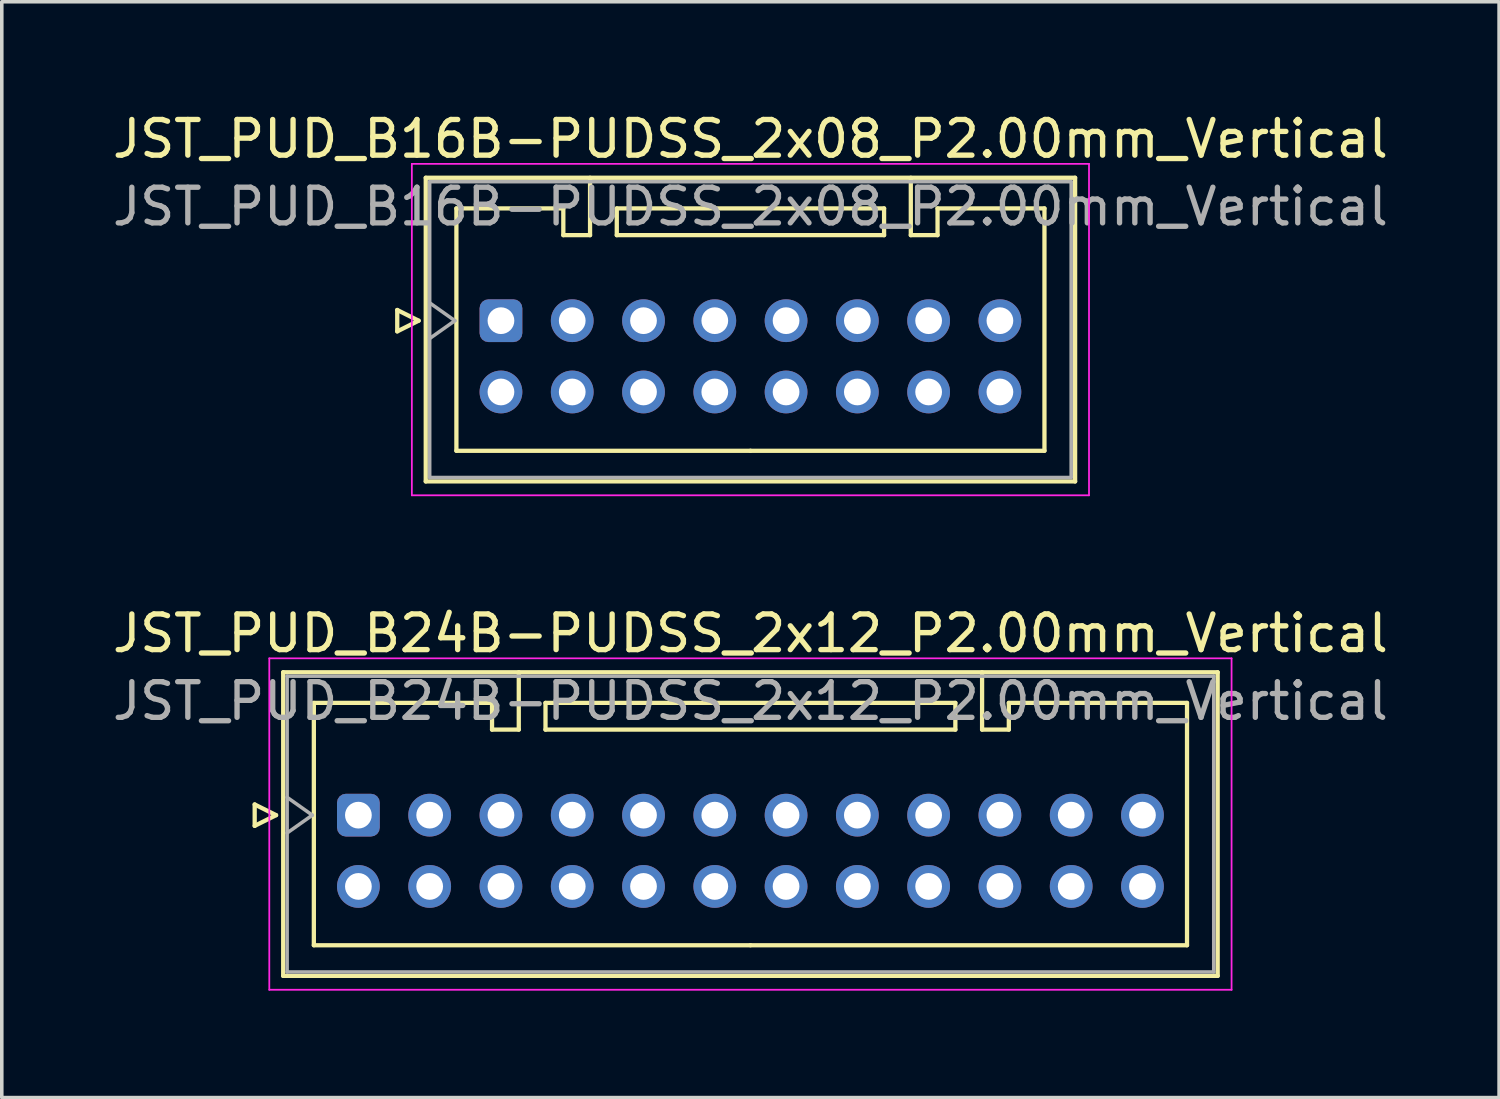
<source format=kicad_pcb>
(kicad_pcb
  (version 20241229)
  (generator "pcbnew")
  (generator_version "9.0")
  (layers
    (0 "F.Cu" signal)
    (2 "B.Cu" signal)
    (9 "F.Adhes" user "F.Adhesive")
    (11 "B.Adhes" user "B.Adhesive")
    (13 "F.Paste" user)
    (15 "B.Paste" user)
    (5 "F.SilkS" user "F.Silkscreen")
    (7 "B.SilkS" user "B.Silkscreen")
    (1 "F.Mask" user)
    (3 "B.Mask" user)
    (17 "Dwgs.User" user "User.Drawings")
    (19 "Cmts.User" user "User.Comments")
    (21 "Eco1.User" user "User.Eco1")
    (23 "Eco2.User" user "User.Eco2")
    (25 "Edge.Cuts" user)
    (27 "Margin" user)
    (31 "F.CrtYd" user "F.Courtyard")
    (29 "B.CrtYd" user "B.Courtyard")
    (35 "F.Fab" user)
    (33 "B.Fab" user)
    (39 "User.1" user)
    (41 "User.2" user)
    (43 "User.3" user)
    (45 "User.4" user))
  (footprint "JST_PUD_B24B-PUDSS_2x12_P2.00mm_Vertical"
    (layer "F.Cu")
    (at 7.006 19.822)
    (property "Reference" "JST_PUD_B24B-PUDSS_2x12_P2.00mm_Vertical" (at 11 -5.1 0) (layer "F.SilkS") (effects (font (size 1 1) (thickness 0.15))))
    (attr through_hole)
    (fp_line (start -2.91 -0.3) (end -2.31 0) (stroke (width 0.12) (type solid)) (layer "F.SilkS"))
    (fp_line (start -2.91 0.3) (end -2.91 -0.3) (stroke (width 0.12) (type solid)) (layer "F.SilkS"))
    (fp_line (start -2.31 0) (end -2.91 0.3) (stroke (width 0.12) (type solid)) (layer "F.SilkS"))
    (fp_line (start -2.11 -4.01) (end -2.11 4.51) (stroke (width 0.12) (type solid)) (layer "F.SilkS"))
    (fp_line (start -2.11 4.51) (end 24.11 4.51) (stroke (width 0.12) (type solid)) (layer "F.SilkS"))
    (fp_line (start -1.25 -3.15) (end -1.25 3.65) (stroke (width 0.12) (type solid)) (layer "F.SilkS"))
    (fp_line (start -1.25 3.65) (end 11 3.65) (stroke (width 0.12) (type solid)) (layer "F.SilkS"))
    (fp_line (start 3.75 -3.15) (end -1.25 -3.15) (stroke (width 0.12) (type solid)) (layer "F.SilkS"))
    (fp_line (start 3.75 -2.4) (end 3.75 -3.15) (stroke (width 0.12) (type solid)) (layer "F.SilkS"))
    (fp_line (start 4.5 -4.01) (end 4.5 -2.4) (stroke (width 0.12) (type solid)) (layer "F.SilkS"))
    (fp_line (start 4.5 -2.4) (end 3.75 -2.4) (stroke (width 0.12) (type solid)) (layer "F.SilkS"))
    (fp_line (start 5.25 -3.15) (end 5.25 -2.4) (stroke (width 0.12) (type solid)) (layer "F.SilkS"))
    (fp_line (start 5.25 -2.4) (end 16.75 -2.4) (stroke (width 0.12) (type solid)) (layer "F.SilkS"))
    (fp_line (start 16.75 -3.15) (end 5.25 -3.15) (stroke (width 0.12) (type solid)) (layer "F.SilkS"))
    (fp_line (start 16.75 -2.4) (end 16.75 -3.15) (stroke (width 0.12) (type solid)) (layer "F.SilkS"))
    (fp_line (start 17.5 -4.01) (end 17.5 -2.4) (stroke (width 0.12) (type solid)) (layer "F.SilkS"))
    (fp_line (start 17.5 -2.4) (end 18.25 -2.4) (stroke (width 0.12) (type solid)) (layer "F.SilkS"))
    (fp_line (start 18.25 -3.15) (end 23.25 -3.15) (stroke (width 0.12) (type solid)) (layer "F.SilkS"))
    (fp_line (start 18.25 -2.4) (end 18.25 -3.15) (stroke (width 0.12) (type solid)) (layer "F.SilkS"))
    (fp_line (start 23.25 -3.15) (end 23.25 3.65) (stroke (width 0.12) (type solid)) (layer "F.SilkS"))
    (fp_line (start 23.25 3.65) (end 11 3.65) (stroke (width 0.12) (type solid)) (layer "F.SilkS"))
    (fp_line (start 24.11 -4.01) (end -2.11 -4.01) (stroke (width 0.12) (type solid)) (layer "F.SilkS"))
    (fp_line (start 24.11 4.51) (end 24.11 -4.01) (stroke (width 0.12) (type solid)) (layer "F.SilkS"))
    (fp_line (start -2.5 -4.4) (end -2.5 4.9) (stroke (width 0.05) (type solid)) (layer "F.CrtYd"))
    (fp_line (start -2.5 4.9) (end 24.5 4.9) (stroke (width 0.05) (type solid)) (layer "F.CrtYd"))
    (fp_line (start 24.5 -4.4) (end -2.5 -4.4) (stroke (width 0.05) (type solid)) (layer "F.CrtYd"))
    (fp_line (start 24.5 4.9) (end 24.5 -4.4) (stroke (width 0.05) (type solid)) (layer "F.CrtYd"))
    (fp_line (start -2 -3.9) (end -2 4.4) (stroke (width 0.1) (type solid)) (layer "F.Fab"))
    (fp_line (start -2 0.5) (end -1.293 0) (stroke (width 0.1) (type solid)) (layer "F.Fab"))
    (fp_line (start -2 4.4) (end 24 4.4) (stroke (width 0.1) (type solid)) (layer "F.Fab"))
    (fp_line (start -1.293 0) (end -2 -0.5) (stroke (width 0.1) (type solid)) (layer "F.Fab"))
    (fp_line (start 24 -3.9) (end -2 -3.9) (stroke (width 0.1) (type solid)) (layer "F.Fab"))
    (fp_line (start 24 4.4) (end 24 -3.9) (stroke (width 0.1) (type solid)) (layer "F.Fab"))
    (fp_text user "${REFERENCE}" (at 11 -3.2 0) (layer "F.Fab") (effects (font (size 1 1) (thickness 0.15))))
    (pad "1" thru_hole roundrect (at 0 0) (size 1.2 1.2) (drill 0.75) (layers "*.Cu" "*.Mask") (roundrect_rratio 0.208))
    (pad "2" thru_hole circle (at 0 2) (size 1.2 1.2) (drill 0.75) (layers "*.Cu" "*.Mask"))
    (pad "3" thru_hole circle (at 2 0) (size 1.2 1.2) (drill 0.75) (layers "*.Cu" "*.Mask"))
    (pad "4" thru_hole circle (at 2 2) (size 1.2 1.2) (drill 0.75) (layers "*.Cu" "*.Mask"))
    (pad "5" thru_hole circle (at 4 0) (size 1.2 1.2) (drill 0.75) (layers "*.Cu" "*.Mask"))
    (pad "6" thru_hole circle (at 4 2) (size 1.2 1.2) (drill 0.75) (layers "*.Cu" "*.Mask"))
    (pad "7" thru_hole circle (at 6 0) (size 1.2 1.2) (drill 0.75) (layers "*.Cu" "*.Mask"))
    (pad "8" thru_hole circle (at 6 2) (size 1.2 1.2) (drill 0.75) (layers "*.Cu" "*.Mask"))
    (pad "9" thru_hole circle (at 8 0) (size 1.2 1.2) (drill 0.75) (layers "*.Cu" "*.Mask"))
    (pad "10" thru_hole circle (at 8 2) (size 1.2 1.2) (drill 0.75) (layers "*.Cu" "*.Mask"))
    (pad "11" thru_hole circle (at 10 0) (size 1.2 1.2) (drill 0.75) (layers "*.Cu" "*.Mask"))
    (pad "12" thru_hole circle (at 10 2) (size 1.2 1.2) (drill 0.75) (layers "*.Cu" "*.Mask"))
    (pad "13" thru_hole circle (at 12 0) (size 1.2 1.2) (drill 0.75) (layers "*.Cu" "*.Mask"))
    (pad "14" thru_hole circle (at 12 2) (size 1.2 1.2) (drill 0.75) (layers "*.Cu" "*.Mask"))
    (pad "15" thru_hole circle (at 14 0) (size 1.2 1.2) (drill 0.75) (layers "*.Cu" "*.Mask"))
    (pad "16" thru_hole circle (at 14 2) (size 1.2 1.2) (drill 0.75) (layers "*.Cu" "*.Mask"))
    (pad "17" thru_hole circle (at 16 0) (size 1.2 1.2) (drill 0.75) (layers "*.Cu" "*.Mask"))
    (pad "18" thru_hole circle (at 16 2) (size 1.2 1.2) (drill 0.75) (layers "*.Cu" "*.Mask"))
    (pad "19" thru_hole circle (at 18 0) (size 1.2 1.2) (drill 0.75) (layers "*.Cu" "*.Mask"))
    (pad "20" thru_hole circle (at 18 2) (size 1.2 1.2) (drill 0.75) (layers "*.Cu" "*.Mask"))
    (pad "21" thru_hole circle (at 20 0) (size 1.2 1.2) (drill 0.75) (layers "*.Cu" "*.Mask"))
    (pad "22" thru_hole circle (at 20 2) (size 1.2 1.2) (drill 0.75) (layers "*.Cu" "*.Mask"))
    (pad "23" thru_hole circle (at 22 0) (size 1.2 1.2) (drill 0.75) (layers "*.Cu" "*.Mask"))
    (pad "24" thru_hole circle (at 22 2) (size 1.2 1.2) (drill 0.75) (layers "*.Cu" "*.Mask")))
  (footprint "JST_PUD_B16B-PUDSS_2x08_P2.00mm_Vertical"
    (layer "F.Cu")
    (at 11.006 5.948)
    (property "Reference" "JST_PUD_B16B-PUDSS_2x08_P2.00mm_Vertical" (at 7 -5.1 0) (layer "F.SilkS") (effects (font (size 1 1) (thickness 0.15))))
    (attr through_hole)
    (fp_line (start -2.91 -0.3) (end -2.31 0) (stroke (width 0.12) (type solid)) (layer "F.SilkS"))
    (fp_line (start -2.91 0.3) (end -2.91 -0.3) (stroke (width 0.12) (type solid)) (layer "F.SilkS"))
    (fp_line (start -2.31 0) (end -2.91 0.3) (stroke (width 0.12) (type solid)) (layer "F.SilkS"))
    (fp_line (start -2.11 -4.01) (end -2.11 4.51) (stroke (width 0.12) (type solid)) (layer "F.SilkS"))
    (fp_line (start -2.11 4.51) (end 16.11 4.51) (stroke (width 0.12) (type solid)) (layer "F.SilkS"))
    (fp_line (start -1.25 -3.15) (end -1.25 3.65) (stroke (width 0.12) (type solid)) (layer "F.SilkS"))
    (fp_line (start -1.25 3.65) (end 7 3.65) (stroke (width 0.12) (type solid)) (layer "F.SilkS"))
    (fp_line (start 1.75 -3.15) (end -1.25 -3.15) (stroke (width 0.12) (type solid)) (layer "F.SilkS"))
    (fp_line (start 1.75 -2.4) (end 1.75 -3.15) (stroke (width 0.12) (type solid)) (layer "F.SilkS"))
    (fp_line (start 2.5 -4.01) (end 2.5 -2.4) (stroke (width 0.12) (type solid)) (layer "F.SilkS"))
    (fp_line (start 2.5 -2.4) (end 1.75 -2.4) (stroke (width 0.12) (type solid)) (layer "F.SilkS"))
    (fp_line (start 3.25 -3.15) (end 3.25 -2.4) (stroke (width 0.12) (type solid)) (layer "F.SilkS"))
    (fp_line (start 3.25 -2.4) (end 10.75 -2.4) (stroke (width 0.12) (type solid)) (layer "F.SilkS"))
    (fp_line (start 10.75 -3.15) (end 3.25 -3.15) (stroke (width 0.12) (type solid)) (layer "F.SilkS"))
    (fp_line (start 10.75 -2.4) (end 10.75 -3.15) (stroke (width 0.12) (type solid)) (layer "F.SilkS"))
    (fp_line (start 11.5 -4.01) (end 11.5 -2.4) (stroke (width 0.12) (type solid)) (layer "F.SilkS"))
    (fp_line (start 11.5 -2.4) (end 12.25 -2.4) (stroke (width 0.12) (type solid)) (layer "F.SilkS"))
    (fp_line (start 12.25 -3.15) (end 15.25 -3.15) (stroke (width 0.12) (type solid)) (layer "F.SilkS"))
    (fp_line (start 12.25 -2.4) (end 12.25 -3.15) (stroke (width 0.12) (type solid)) (layer "F.SilkS"))
    (fp_line (start 15.25 -3.15) (end 15.25 3.65) (stroke (width 0.12) (type solid)) (layer "F.SilkS"))
    (fp_line (start 15.25 3.65) (end 7 3.65) (stroke (width 0.12) (type solid)) (layer "F.SilkS"))
    (fp_line (start 16.11 -4.01) (end -2.11 -4.01) (stroke (width 0.12) (type solid)) (layer "F.SilkS"))
    (fp_line (start 16.11 4.51) (end 16.11 -4.01) (stroke (width 0.12) (type solid)) (layer "F.SilkS"))
    (fp_line (start -2.5 -4.4) (end -2.5 4.9) (stroke (width 0.05) (type solid)) (layer "F.CrtYd"))
    (fp_line (start -2.5 4.9) (end 16.5 4.9) (stroke (width 0.05) (type solid)) (layer "F.CrtYd"))
    (fp_line (start 16.5 -4.4) (end -2.5 -4.4) (stroke (width 0.05) (type solid)) (layer "F.CrtYd"))
    (fp_line (start 16.5 4.9) (end 16.5 -4.4) (stroke (width 0.05) (type solid)) (layer "F.CrtYd"))
    (fp_line (start -2 -3.9) (end -2 4.4) (stroke (width 0.1) (type solid)) (layer "F.Fab"))
    (fp_line (start -2 0.5) (end -1.293 0) (stroke (width 0.1) (type solid)) (layer "F.Fab"))
    (fp_line (start -2 4.4) (end 16 4.4) (stroke (width 0.1) (type solid)) (layer "F.Fab"))
    (fp_line (start -1.293 0) (end -2 -0.5) (stroke (width 0.1) (type solid)) (layer "F.Fab"))
    (fp_line (start 16 -3.9) (end -2 -3.9) (stroke (width 0.1) (type solid)) (layer "F.Fab"))
    (fp_line (start 16 4.4) (end 16 -3.9) (stroke (width 0.1) (type solid)) (layer "F.Fab"))
    (fp_text user "${REFERENCE}" (at 7 -3.2 0) (layer "F.Fab") (effects (font (size 1 1) (thickness 0.15))))
    (pad "1" thru_hole roundrect (at 0 0) (size 1.2 1.2) (drill 0.75) (layers "*.Cu" "*.Mask") (roundrect_rratio 0.208))
    (pad "2" thru_hole circle (at 0 2) (size 1.2 1.2) (drill 0.75) (layers "*.Cu" "*.Mask"))
    (pad "3" thru_hole circle (at 2 0) (size 1.2 1.2) (drill 0.75) (layers "*.Cu" "*.Mask"))
    (pad "4" thru_hole circle (at 2 2) (size 1.2 1.2) (drill 0.75) (layers "*.Cu" "*.Mask"))
    (pad "5" thru_hole circle (at 4 0) (size 1.2 1.2) (drill 0.75) (layers "*.Cu" "*.Mask"))
    (pad "6" thru_hole circle (at 4 2) (size 1.2 1.2) (drill 0.75) (layers "*.Cu" "*.Mask"))
    (pad "7" thru_hole circle (at 6 0) (size 1.2 1.2) (drill 0.75) (layers "*.Cu" "*.Mask"))
    (pad "8" thru_hole circle (at 6 2) (size 1.2 1.2) (drill 0.75) (layers "*.Cu" "*.Mask"))
    (pad "9" thru_hole circle (at 8 0) (size 1.2 1.2) (drill 0.75) (layers "*.Cu" "*.Mask"))
    (pad "10" thru_hole circle (at 8 2) (size 1.2 1.2) (drill 0.75) (layers "*.Cu" "*.Mask"))
    (pad "11" thru_hole circle (at 10 0) (size 1.2 1.2) (drill 0.75) (layers "*.Cu" "*.Mask"))
    (pad "12" thru_hole circle (at 10 2) (size 1.2 1.2) (drill 0.75) (layers "*.Cu" "*.Mask"))
    (pad "13" thru_hole circle (at 12 0) (size 1.2 1.2) (drill 0.75) (layers "*.Cu" "*.Mask"))
    (pad "14" thru_hole circle (at 12 2) (size 1.2 1.2) (drill 0.75) (layers "*.Cu" "*.Mask"))
    (pad "15" thru_hole circle (at 14 0) (size 1.2 1.2) (drill 0.75) (layers "*.Cu" "*.Mask"))
    (pad "16" thru_hole circle (at 14 2) (size 1.2 1.2) (drill 0.75) (layers "*.Cu" "*.Mask")))
  (gr_rect
    (start -3 -3)
    (end 39.012 27.747)
    (stroke (width 0.1) (type default))
    (fill no)
    (layer "Edge.Cuts")))
</source>
